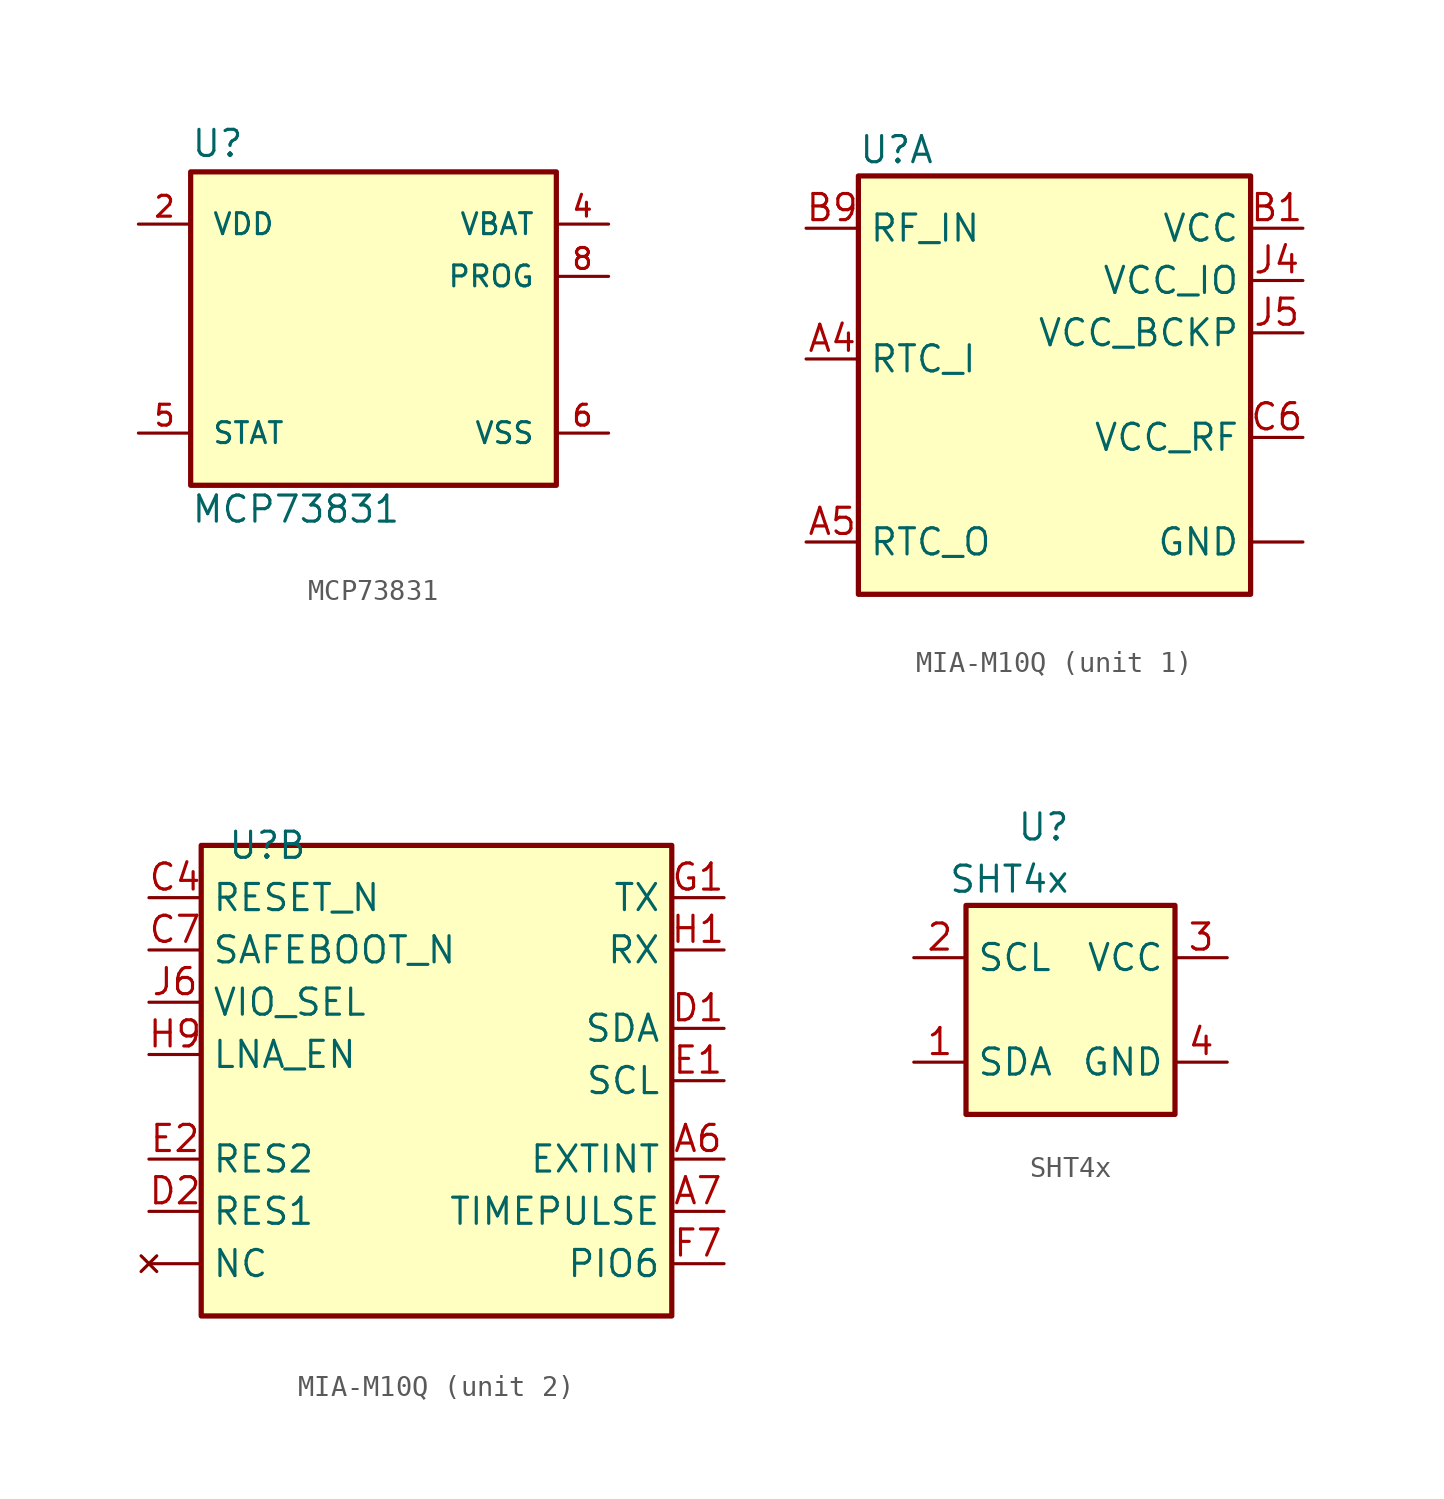
<source format=kicad_sym>
(kicad_symbol_lib
  (version 20231120)
  (generator "kicad_symbol_editor")
  (generator_version "8.0")
  (symbol "MCP73831"
    (pin_names
      (offset 1.016))
    (property "Reference" "U"
      (at -8.89 8.255 0)
      (do_not_autoplace)
      (effects (font (size 1.27 1.27)) (justify left bottom)))
    (property "Value" "MCP73831"
      (at -8.89 -9.525 0)
      (do_not_autoplace)
      (effects (font (size 1.27 1.27)) (justify left bottom)))
    (symbol "MCP73831_0_0"
      (rectangle (start -8.89 7.62) (end 8.89 -7.62) (stroke (width 0.254) (type default)) (fill (type background)))
      (pin power_in line (at -11.43 5.08 0) (length 2.54) hide (name "VDD" (effects (font (size 1.016 1.016)))) (number "1" (effects (font (size 1.016 1.016)))))
      (pin power_in line (at -11.43 5.08 0) (length 2.54) (name "VDD" (effects (font (size 1.016 1.016)))) (number "2" (effects (font (size 1.016 1.016)))))
      (pin output line (at 11.43 5.08 180) (length 2.54) hide (name "VBAT" (effects (font (size 1.016 1.016)))) (number "3" (effects (font (size 1.016 1.016)))))
      (pin output line (at 11.43 5.08 180) (length 2.54) (name "VBAT" (effects (font (size 1.016 1.016)))) (number "4" (effects (font (size 1.016 1.016)))))
      (pin output line (at -11.43 -5.08 0) (length 2.54) (name "STAT" (effects (font (size 1.016 1.016)))) (number "5" (effects (font (size 1.016 1.016)))))
      (pin power_in line (at 11.43 -5.08 180) (length 2.54) (name "VSS" (effects (font (size 1.016 1.016)))) (number "6" (effects (font (size 1.016 1.016)))))
      (pin no_connect line (at 11.43 -2.54 180) (length 2.54) hide (name "NC" (effects (font (size 1.016 1.016)))) (number "7" (effects (font (size 1.016 1.016)))))
      (pin input line (at 11.43 2.54 180) (length 2.54) (name "PROG" (effects (font (size 1.016 1.016)))) (number "8" (effects (font (size 1.016 1.016)))))
      (pin power_in line (at 11.43 -5.08 180) (length 2.54) hide (name "EP" (effects (font (size 1.016 1.016)))) (number "9" (effects (font (size 1.016 1.016)))))))
  (symbol "MIA-M10Q"
    (property "Reference" "U"
      (at -10.16 11.43 0)
      (effects (font (size 1.27 1.27)) (justify left)))
    (property "Value" ""
      (at 0 -5.08 0)
      (effects (font (size 1.27 1.27))))
    (property "ki_locked" ""
      (at 0 0 0)
      (effects (font (size 1.27 1.27))))
    (symbol "MIA-M10Q_1_1"
      (rectangle (start -10.16 10.16) (end 8.89 -10.16) (stroke (width 0.254) (type default)) (fill (type background)))
      (pin power_in line (at 11.43 -7.62 180) (length 2.54) (name "GND" (effects (font (size 1.27 1.27)))) (number "A1" (effects (font (size 0 0)))))
      (pin power_in line (at 11.43 -7.62 180) (length 2.54) hide (name "GND" (effects (font (size 1.27 1.27)))) (number "A2" (effects (font (size 0 0)))))
      (pin power_in line (at 11.43 -7.62 180) (length 2.54) hide (name "GND" (effects (font (size 1.27 1.27)))) (number "A3" (effects (font (size 0 0)))))
      (pin passive line (at -12.7 1.27 0) (length 2.54) (name "RTC_I" (effects (font (size 1.27 1.27)))) (number "A4" (effects (font (size 1.27 1.27)))))
      (pin passive line (at -12.7 -7.62 0) (length 2.54) (name "RTC_O" (effects (font (size 1.27 1.27)))) (number "A5" (effects (font (size 1.27 1.27)))))
      (pin power_in line (at 11.43 -7.62 180) (length 2.54) hide (name "GND" (effects (font (size 1.27 1.27)))) (number "A8" (effects (font (size 0 0)))))
      (pin power_in line (at 11.43 -7.62 180) (length 2.54) hide (name "GND" (effects (font (size 1.27 1.27)))) (number "A9" (effects (font (size 0 0)))))
      (pin power_in line (at 11.43 7.62 180) (length 2.54) (name "VCC" (effects (font (size 1.27 1.27)))) (number "B1" (effects (font (size 1.27 1.27)))))
      (pin power_in line (at 11.43 -7.62 180) (length 2.54) hide (name "GND" (effects (font (size 1.27 1.27)))) (number "B2" (effects (font (size 0 0)))))
      (pin power_in line (at 11.43 -7.62 180) (length 2.54) hide (name "GND" (effects (font (size 1.27 1.27)))) (number "B8" (effects (font (size 0 0)))))
      (pin passive line (at -12.7 7.62 0) (length 2.54) (name "RF_IN" (effects (font (size 1.27 1.27)))) (number "B9" (effects (font (size 1.27 1.27)))))
      (pin power_in line (at 11.43 -7.62 180) (length 2.54) hide (name "GND" (effects (font (size 1.27 1.27)))) (number "C3" (effects (font (size 0 0)))))
      (pin power_in line (at 11.43 -2.54 180) (length 2.54) (name "VCC_RF" (effects (font (size 1.27 1.27)))) (number "C6" (effects (font (size 1.27 1.27)))))
      (pin power_in line (at 11.43 -7.62 180) (length 2.54) hide (name "GND" (effects (font (size 1.27 1.27)))) (number "C9" (effects (font (size 0 0)))))
      (pin power_in line (at 11.43 -7.62 180) (length 2.54) hide (name "GND" (effects (font (size 1.27 1.27)))) (number "E3" (effects (font (size 0 0)))))
      (pin power_in line (at 11.43 -7.62 180) (length 2.54) hide (name "GND" (effects (font (size 1.27 1.27)))) (number "E4" (effects (font (size 0 0)))))
      (pin power_in line (at 11.43 -7.62 180) (length 2.54) hide (name "GND" (effects (font (size 1.27 1.27)))) (number "E9" (effects (font (size 0 0)))))
      (pin power_in line (at 11.43 -7.62 180) (length 2.54) hide (name "GND" (effects (font (size 1.27 1.27)))) (number "F1" (effects (font (size 0 0)))))
      (pin power_in line (at 11.43 -7.62 180) (length 2.54) hide (name "GND" (effects (font (size 1.27 1.27)))) (number "F3" (effects (font (size 0 0)))))
      (pin power_in line (at 11.43 -7.62 180) (length 2.54) hide (name "GND" (effects (font (size 1.27 1.27)))) (number "F4" (effects (font (size 0 0)))))
      (pin power_in line (at 11.43 -7.62 180) (length 2.54) hide (name "GND" (effects (font (size 1.27 1.27)))) (number "F9" (effects (font (size 0 0)))))
      (pin power_in line (at 11.43 -7.62 180) (length 2.54) hide (name "GND" (effects (font (size 1.27 1.27)))) (number "G3" (effects (font (size 0 0)))))
      (pin power_in line (at 11.43 -7.62 180) (length 2.54) hide (name "GND" (effects (font (size 1.27 1.27)))) (number "G4" (effects (font (size 0 0)))))
      (pin power_in line (at 11.43 -7.62 180) (length 2.54) hide (name "GND" (effects (font (size 1.27 1.27)))) (number "G5" (effects (font (size 0 0)))))
      (pin power_in line (at 11.43 -7.62 180) (length 2.54) hide (name "GND" (effects (font (size 1.27 1.27)))) (number "G6" (effects (font (size 0 0)))))
      (pin power_in line (at 11.43 -7.62 180) (length 2.54) hide (name "GND" (effects (font (size 1.27 1.27)))) (number "G7" (effects (font (size 0 0)))))
      (pin power_in line (at 11.43 -7.62 180) (length 2.54) hide (name "GND" (effects (font (size 1.27 1.27)))) (number "H8" (effects (font (size 0 0)))))
      (pin power_in line (at 11.43 5.08 180) (length 2.54) (name "VCC_IO" (effects (font (size 1.27 1.27)))) (number "J4" (effects (font (size 1.27 1.27)))))
      (pin power_in line (at 11.43 2.54 180) (length 2.54) (name "VCC_BCKP" (effects (font (size 1.27 1.27)))) (number "J5" (effects (font (size 1.27 1.27)))))
      (pin power_in line (at 11.43 -7.62 180) (length 2.54) hide (name "GND" (effects (font (size 1.27 1.27)))) (number "J8" (effects (font (size 0 0)))))
      (pin power_in line (at 11.43 -7.62 180) (length 2.54) hide (name "GND" (effects (font (size 1.27 1.27)))) (number "J9" (effects (font (size 0 0))))))
    (symbol "MIA-M10Q_2_0"
      (pin input line (at -13.97 6.35 0) (length 2.54) (name "SAFEBOOT_N" (effects (font (size 1.27 1.27)))) (number "C7" (effects (font (size 1.27 1.27)))))
      (pin bidirectional line (at -13.97 -6.35 0) (length 2.54) (name "RES1" (effects (font (size 1.27 1.27)))) (number "D2" (effects (font (size 1.27 1.27)))))
      (pin bidirectional line (at -13.97 -3.81 0) (length 2.54) (name "RES2" (effects (font (size 1.27 1.27)))) (number "E2" (effects (font (size 1.27 1.27))))))
    (symbol "MIA-M10Q_2_1"
      (rectangle (start -11.43 11.43) (end 11.43 -11.43) (stroke (width 0.254) (type default)) (fill (type background)))
      (pin input line (at 13.97 -3.81 180) (length 2.54) (name "EXTINT" (effects (font (size 1.27 1.27)))) (number "A6" (effects (font (size 1.27 1.27)))))
      (pin output line (at 13.97 -6.35 180) (length 2.54) (name "TIMEPULSE" (effects (font (size 1.27 1.27)))) (number "A7" (effects (font (size 1.27 1.27)))))
      (pin no_connect line (at -13.97 -8.89 0) (length 2.54) (name "NC" (effects (font (size 1.27 1.27)))) (number "C1" (effects (font (size 0 0)))))
      (pin input line (at -13.97 8.89 0) (length 2.54) (name "RESET_N" (effects (font (size 1.27 1.27)))) (number "C4" (effects (font (size 1.27 1.27)))))
      (pin no_connect line (at -13.97 -8.89 0) (length 2.54) hide (name "NC" (effects (font (size 1.27 1.27)))) (number "C5" (effects (font (size 0 0)))))
      (pin bidirectional line (at 13.97 2.54 180) (length 2.54) (name "SDA" (effects (font (size 1.27 1.27)))) (number "D1" (effects (font (size 1.27 1.27)))))
      (pin no_connect line (at -13.97 -8.89 0) (length 2.54) hide (name "NC" (effects (font (size 1.27 1.27)))) (number "D9" (effects (font (size 0 0)))))
      (pin input line (at 13.97 0 180) (length 2.54) (name "SCL" (effects (font (size 1.27 1.27)))) (number "E1" (effects (font (size 1.27 1.27)))))
      (pin no_connect line (at -13.97 -8.89 0) (length 2.54) hide (name "NC" (effects (font (size 1.27 1.27)))) (number "E7" (effects (font (size 0 0)))))
      (pin bidirectional line (at 13.97 -8.89 180) (length 2.54) (name "PIO6" (effects (font (size 1.27 1.27)))) (number "F7" (effects (font (size 1.27 1.27)))))
      (pin output line (at 13.97 8.89 180) (length 2.54) (name "TX" (effects (font (size 1.27 1.27)))) (number "G1" (effects (font (size 1.27 1.27)))))
      (pin no_connect line (at -13.97 -8.89 0) (length 2.54) hide (name "NC" (effects (font (size 1.27 1.27)))) (number "G9" (effects (font (size 0 0)))))
      (pin input line (at 13.97 6.35 180) (length 2.54) (name "RX" (effects (font (size 1.27 1.27)))) (number "H1" (effects (font (size 1.27 1.27)))))
      (pin output line (at -13.97 1.27 0) (length 2.54) (name "LNA_EN" (effects (font (size 1.27 1.27)))) (number "H9" (effects (font (size 1.27 1.27)))))
      (pin no_connect line (at -13.97 -8.89 0) (length 2.54) hide (name "NC" (effects (font (size 1.27 1.27)))) (number "J1" (effects (font (size 0 0)))))
      (pin no_connect line (at -13.97 -8.89 0) (length 2.54) hide (name "NC" (effects (font (size 1.27 1.27)))) (number "J2" (effects (font (size 0 0)))))
      (pin no_connect line (at -13.97 -8.89 0) (length 2.54) hide (name "NC" (effects (font (size 1.27 1.27)))) (number "J3" (effects (font (size 0 0)))))
      (pin input line (at -13.97 3.81 0) (length 2.54) (name "VIO_SEL" (effects (font (size 1.27 1.27)))) (number "J6" (effects (font (size 1.27 1.27)))))
      (pin no_connect line (at -13.97 -8.89 0) (length 2.54) hide (name "NC" (effects (font (size 1.27 1.27)))) (number "J7" (effects (font (size 0 0)))))))
  (symbol "SHT4x"
    (property "Reference" "U"
      (at 0 8.89 0)
      (effects (font (size 1.27 1.27)) (justify right)))
    (property "Value" "SHT4x"
      (at 0 6.35 0)
      (effects (font (size 1.27 1.27)) (justify right)))
    (symbol "SHT4x_1_1"
      (rectangle (start -5.08 5.08) (end 5.08 -5.08) (stroke (width 0.254) (type default)) (fill (type background)))
      (pin bidirectional line (at -7.62 -2.54 0) (length 2.54) (name "SDA" (effects (font (size 1.27 1.27)))) (number "1" (effects (font (size 1.27 1.27)))))
      (pin input line (at -7.62 2.54 0) (length 2.54) (name "SCL" (effects (font (size 1.27 1.27)))) (number "2" (effects (font (size 1.27 1.27)))))
      (pin power_in line (at 7.62 2.54 180) (length 2.54) (name "VCC" (effects (font (size 1.27 1.27)))) (number "3" (effects (font (size 1.27 1.27)))))
      (pin power_in line (at 7.62 -2.54 180) (length 2.54) (name "GND" (effects (font (size 1.27 1.27)))) (number "4" (effects (font (size 1.27 1.27))))))))
</source>
